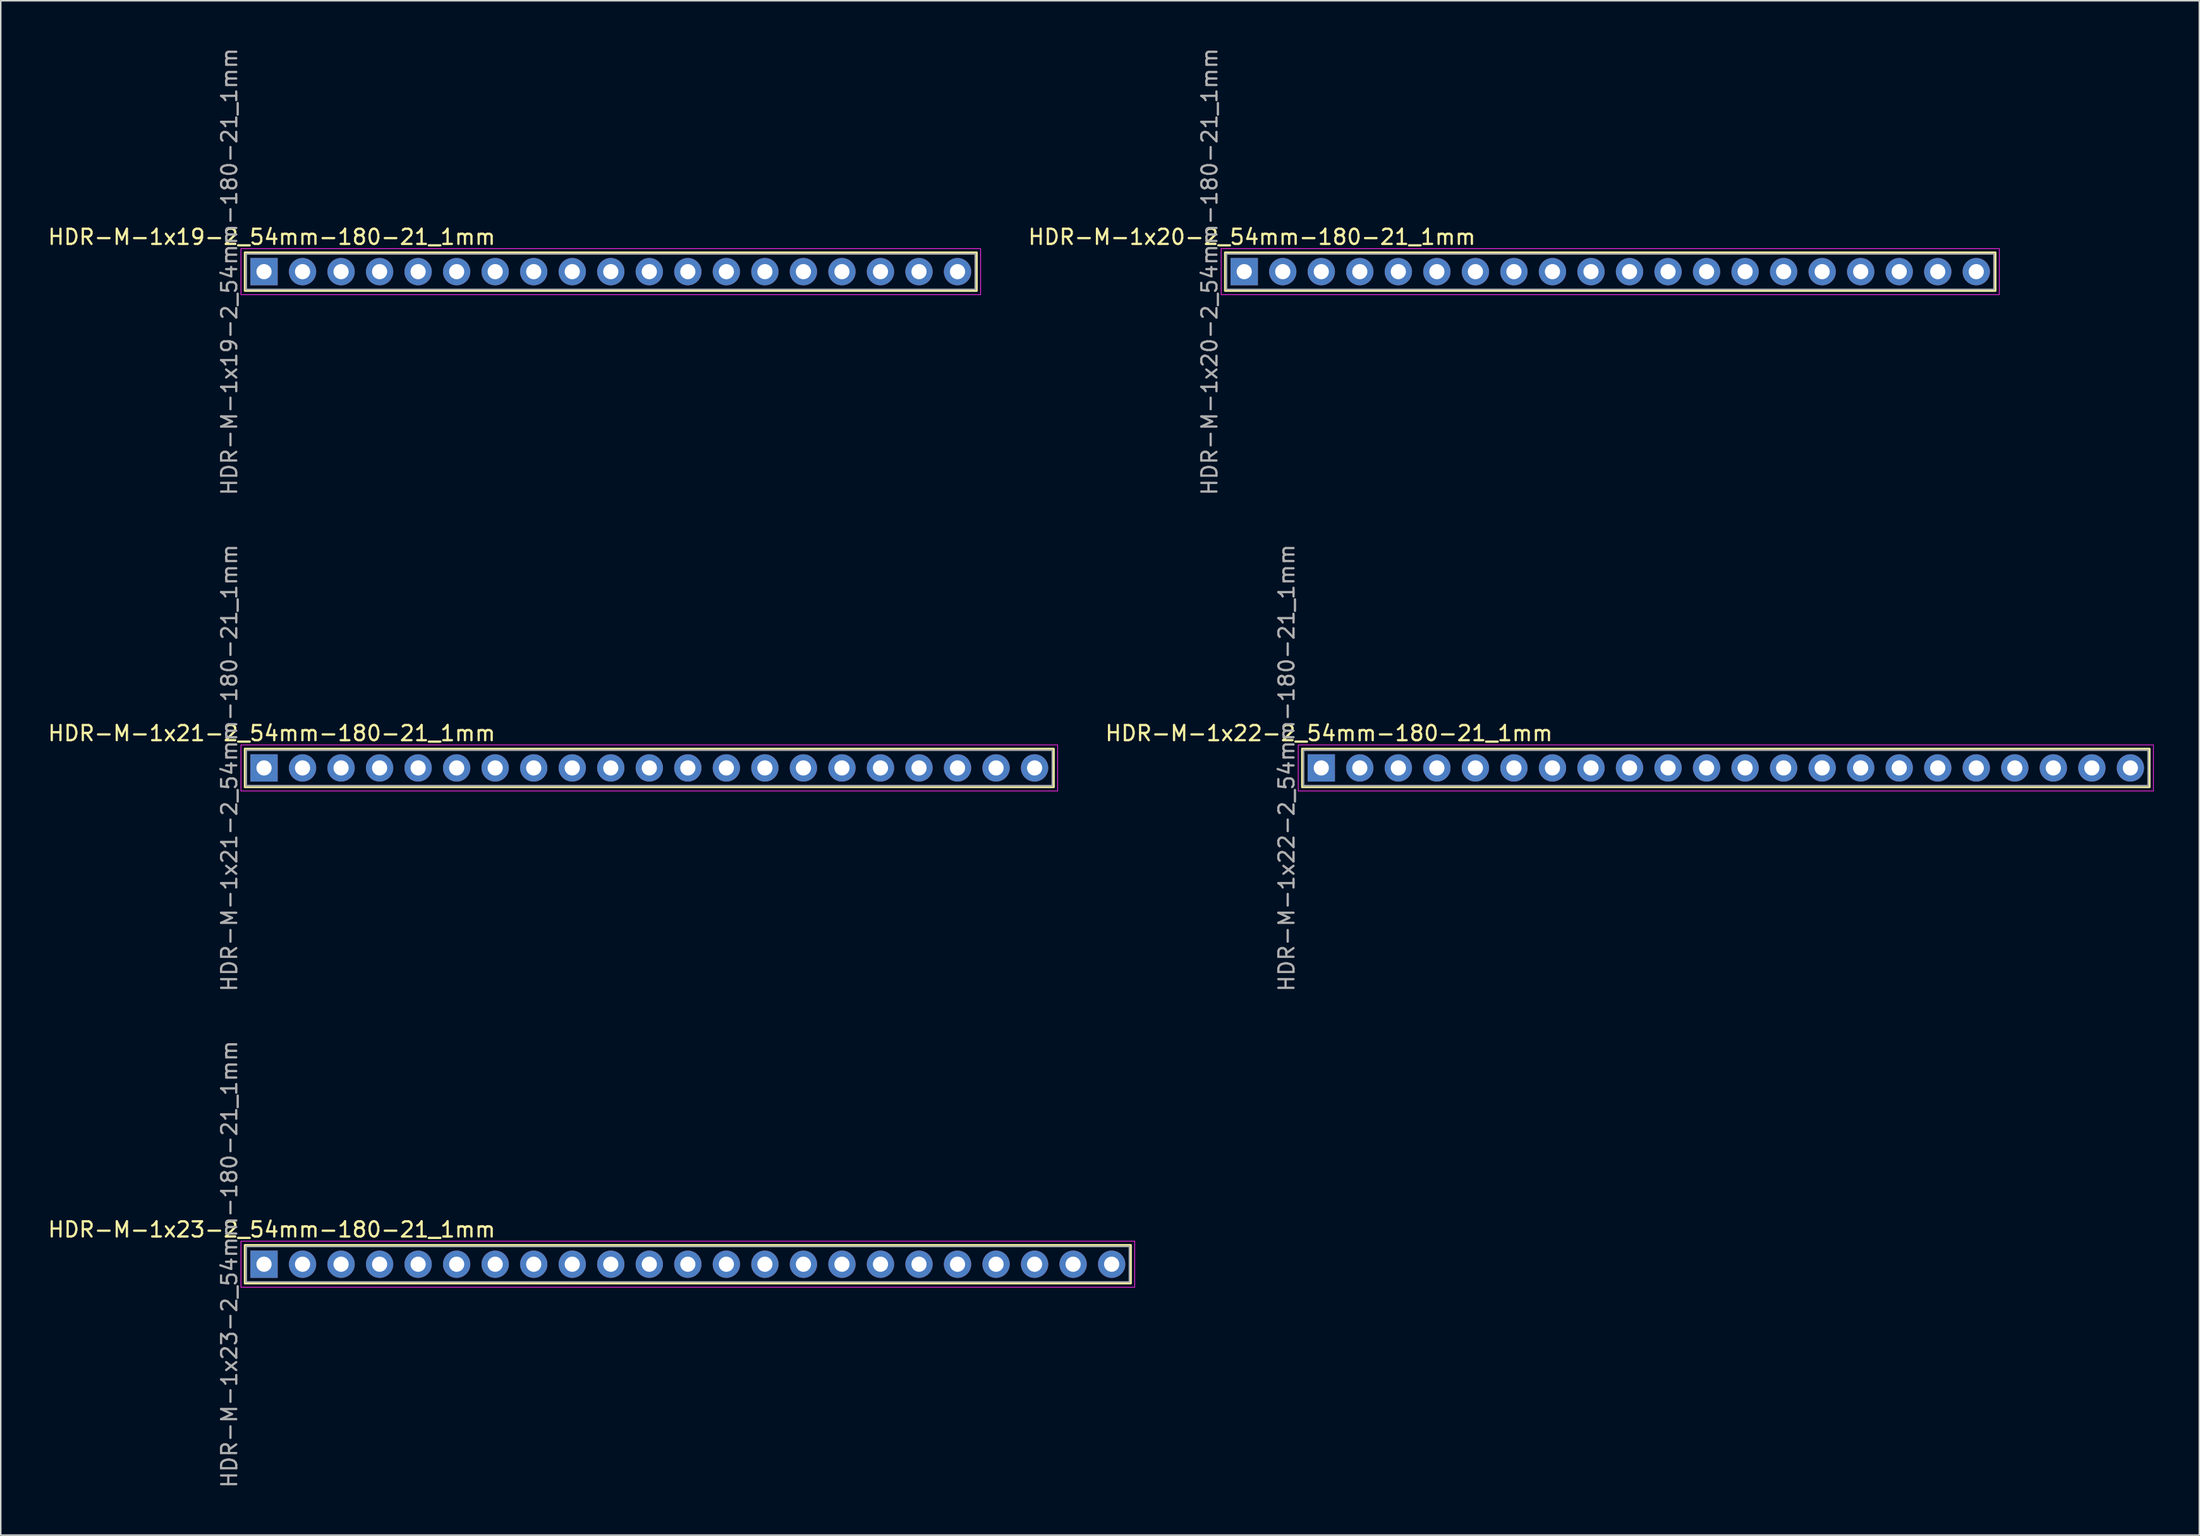
<source format=kicad_pcb>
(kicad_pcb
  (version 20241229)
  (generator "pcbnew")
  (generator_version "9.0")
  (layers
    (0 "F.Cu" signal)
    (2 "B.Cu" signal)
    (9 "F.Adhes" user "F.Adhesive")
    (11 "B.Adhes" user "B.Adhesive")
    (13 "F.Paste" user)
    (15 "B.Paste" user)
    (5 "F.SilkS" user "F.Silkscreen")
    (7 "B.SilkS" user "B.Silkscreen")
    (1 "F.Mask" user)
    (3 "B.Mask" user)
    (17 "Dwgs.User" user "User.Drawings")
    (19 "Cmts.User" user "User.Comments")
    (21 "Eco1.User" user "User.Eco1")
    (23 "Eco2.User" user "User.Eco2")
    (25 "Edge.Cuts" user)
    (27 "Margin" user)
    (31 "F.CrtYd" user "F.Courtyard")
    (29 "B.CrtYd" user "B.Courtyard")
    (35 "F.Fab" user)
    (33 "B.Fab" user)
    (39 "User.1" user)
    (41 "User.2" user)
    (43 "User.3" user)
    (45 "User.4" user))
  (footprint "HDR-M-1x19-2_54mm-180-21_1mm"
    (layer "F.Cu")
    (at 14.355 14.863)
    (property "Reference" "HDR-M-1x19-2_54mm-180-21_1mm" (at 0.508 -2.286 0) (unlocked yes) (layer "F.SilkS") (effects (font (size 1 1) (thickness 0.15))))
    (attr through_hole)
    (fp_rect (start -1.27 -1.27) (end 46.99 1.27) (stroke (width 0.12) (type solid)) (fill no) (layer "F.SilkS"))
    (fp_rect (start -1.52 -1.52) (end 47.24 1.52) (stroke (width 0.05) (type solid)) (fill no) (layer "F.CrtYd"))
    (fp_rect (start -1.17 -1.17) (end 46.89 1.17) (stroke (width 0.1) (type solid)) (fill no) (layer "F.Fab"))
    (fp_text user "${REFERENCE}" (at -2.286 0 90) (unlocked yes) (layer "F.Fab") (effects (font (size 1 1) (thickness 0.15))))
    (pad "1" thru_hole rect (at 0 0) (size 1.8 1.8) (drill 1) (layers "*.Cu" "*.Mask"))
    (pad "2" thru_hole circle (at 2.54 0) (size 1.8 1.8) (drill 1) (layers "*.Cu" "*.Mask"))
    (pad "3" thru_hole circle (at 5.08 0) (size 1.8 1.8) (drill 1) (layers "*.Cu" "*.Mask"))
    (pad "4" thru_hole circle (at 7.62 0) (size 1.8 1.8) (drill 1) (layers "*.Cu" "*.Mask"))
    (pad "5" thru_hole circle (at 10.16 0) (size 1.8 1.8) (drill 1) (layers "*.Cu" "*.Mask"))
    (pad "6" thru_hole circle (at 12.7 0) (size 1.8 1.8) (drill 1) (layers "*.Cu" "*.Mask"))
    (pad "7" thru_hole circle (at 15.24 0) (size 1.8 1.8) (drill 1) (layers "*.Cu" "*.Mask"))
    (pad "8" thru_hole circle (at 17.78 0) (size 1.8 1.8) (drill 1) (layers "*.Cu" "*.Mask"))
    (pad "9" thru_hole circle (at 20.32 0) (size 1.8 1.8) (drill 1) (layers "*.Cu" "*.Mask"))
    (pad "10" thru_hole circle (at 22.86 0) (size 1.8 1.8) (drill 1) (layers "*.Cu" "*.Mask"))
    (pad "11" thru_hole circle (at 25.4 0) (size 1.8 1.8) (drill 1) (layers "*.Cu" "*.Mask"))
    (pad "12" thru_hole circle (at 27.94 0) (size 1.8 1.8) (drill 1) (layers "*.Cu" "*.Mask"))
    (pad "13" thru_hole circle (at 30.48 0) (size 1.8 1.8) (drill 1) (layers "*.Cu" "*.Mask"))
    (pad "14" thru_hole circle (at 33.02 0) (size 1.8 1.8) (drill 1) (layers "*.Cu" "*.Mask"))
    (pad "15" thru_hole circle (at 35.56 0) (size 1.8 1.8) (drill 1) (layers "*.Cu" "*.Mask"))
    (pad "16" thru_hole circle (at 38.1 0) (size 1.8 1.8) (drill 1) (layers "*.Cu" "*.Mask"))
    (pad "17" thru_hole circle (at 40.64 0) (size 1.8 1.8) (drill 1) (layers "*.Cu" "*.Mask"))
    (pad "18" thru_hole circle (at 43.18 0) (size 1.8 1.8) (drill 1) (layers "*.Cu" "*.Mask"))
    (pad "19" thru_hole circle (at 45.72 0) (size 1.8 1.8) (drill 1) (layers "*.Cu" "*.Mask")))
  (footprint "HDR-M-1x22-2_54mm-180-21_1mm"
    (layer "F.Cu")
    (at 84.055 47.589)
    (property "Reference" "HDR-M-1x22-2_54mm-180-21_1mm" (at 0.508 -2.286 0) (unlocked yes) (layer "F.SilkS") (effects (font (size 1 1) (thickness 0.15))))
    (attr through_hole)
    (fp_rect (start -1.27 -1.27) (end 54.61 1.27) (stroke (width 0.12) (type solid)) (fill no) (layer "F.SilkS"))
    (fp_rect (start -1.52 -1.52) (end 54.86 1.52) (stroke (width 0.05) (type solid)) (fill no) (layer "F.CrtYd"))
    (fp_rect (start -1.17 -1.17) (end 54.51 1.17) (stroke (width 0.1) (type solid)) (fill no) (layer "F.Fab"))
    (fp_text user "${REFERENCE}" (at -2.286 0 90) (unlocked yes) (layer "F.Fab") (effects (font (size 1 1) (thickness 0.15))))
    (pad "1" thru_hole rect (at 0 0) (size 1.8 1.8) (drill 1) (layers "*.Cu" "*.Mask"))
    (pad "2" thru_hole circle (at 2.54 0) (size 1.8 1.8) (drill 1) (layers "*.Cu" "*.Mask"))
    (pad "3" thru_hole circle (at 5.08 0) (size 1.8 1.8) (drill 1) (layers "*.Cu" "*.Mask"))
    (pad "4" thru_hole circle (at 7.62 0) (size 1.8 1.8) (drill 1) (layers "*.Cu" "*.Mask"))
    (pad "5" thru_hole circle (at 10.16 0) (size 1.8 1.8) (drill 1) (layers "*.Cu" "*.Mask"))
    (pad "6" thru_hole circle (at 12.7 0) (size 1.8 1.8) (drill 1) (layers "*.Cu" "*.Mask"))
    (pad "7" thru_hole circle (at 15.24 0) (size 1.8 1.8) (drill 1) (layers "*.Cu" "*.Mask"))
    (pad "8" thru_hole circle (at 17.78 0) (size 1.8 1.8) (drill 1) (layers "*.Cu" "*.Mask"))
    (pad "9" thru_hole circle (at 20.32 0) (size 1.8 1.8) (drill 1) (layers "*.Cu" "*.Mask"))
    (pad "10" thru_hole circle (at 22.86 0) (size 1.8 1.8) (drill 1) (layers "*.Cu" "*.Mask"))
    (pad "11" thru_hole circle (at 25.4 0) (size 1.8 1.8) (drill 1) (layers "*.Cu" "*.Mask"))
    (pad "12" thru_hole circle (at 27.94 0) (size 1.8 1.8) (drill 1) (layers "*.Cu" "*.Mask"))
    (pad "13" thru_hole circle (at 30.48 0) (size 1.8 1.8) (drill 1) (layers "*.Cu" "*.Mask"))
    (pad "14" thru_hole circle (at 33.02 0) (size 1.8 1.8) (drill 1) (layers "*.Cu" "*.Mask"))
    (pad "15" thru_hole circle (at 35.56 0) (size 1.8 1.8) (drill 1) (layers "*.Cu" "*.Mask"))
    (pad "16" thru_hole circle (at 38.1 0) (size 1.8 1.8) (drill 1) (layers "*.Cu" "*.Mask"))
    (pad "17" thru_hole circle (at 40.64 0) (size 1.8 1.8) (drill 1) (layers "*.Cu" "*.Mask"))
    (pad "18" thru_hole circle (at 43.18 0) (size 1.8 1.8) (drill 1) (layers "*.Cu" "*.Mask"))
    (pad "19" thru_hole circle (at 45.72 0) (size 1.8 1.8) (drill 1) (layers "*.Cu" "*.Mask"))
    (pad "20" thru_hole circle (at 48.26 0) (size 1.8 1.8) (drill 1) (layers "*.Cu" "*.Mask"))
    (pad "21" thru_hole circle (at 50.8 0) (size 1.8 1.8) (drill 1) (layers "*.Cu" "*.Mask"))
    (pad "22" thru_hole circle (at 53.34 0) (size 1.8 1.8) (drill 1) (layers "*.Cu" "*.Mask")))
  (footprint "HDR-M-1x21-2_54mm-180-21_1mm"
    (layer "F.Cu")
    (at 14.355 47.589)
    (property "Reference" "HDR-M-1x21-2_54mm-180-21_1mm" (at 0.508 -2.286 0) (unlocked yes) (layer "F.SilkS") (effects (font (size 1 1) (thickness 0.15))))
    (attr through_hole)
    (fp_rect (start -1.27 -1.27) (end 52.07 1.27) (stroke (width 0.12) (type solid)) (fill no) (layer "F.SilkS"))
    (fp_rect (start -1.52 -1.52) (end 52.32 1.52) (stroke (width 0.05) (type solid)) (fill no) (layer "F.CrtYd"))
    (fp_rect (start -1.17 -1.17) (end 51.97 1.17) (stroke (width 0.1) (type solid)) (fill no) (layer "F.Fab"))
    (fp_text user "${REFERENCE}" (at -2.286 0 90) (unlocked yes) (layer "F.Fab") (effects (font (size 1 1) (thickness 0.15))))
    (pad "1" thru_hole rect (at 0 0) (size 1.8 1.8) (drill 1) (layers "*.Cu" "*.Mask"))
    (pad "2" thru_hole circle (at 2.54 0) (size 1.8 1.8) (drill 1) (layers "*.Cu" "*.Mask"))
    (pad "3" thru_hole circle (at 5.08 0) (size 1.8 1.8) (drill 1) (layers "*.Cu" "*.Mask"))
    (pad "4" thru_hole circle (at 7.62 0) (size 1.8 1.8) (drill 1) (layers "*.Cu" "*.Mask"))
    (pad "5" thru_hole circle (at 10.16 0) (size 1.8 1.8) (drill 1) (layers "*.Cu" "*.Mask"))
    (pad "6" thru_hole circle (at 12.7 0) (size 1.8 1.8) (drill 1) (layers "*.Cu" "*.Mask"))
    (pad "7" thru_hole circle (at 15.24 0) (size 1.8 1.8) (drill 1) (layers "*.Cu" "*.Mask"))
    (pad "8" thru_hole circle (at 17.78 0) (size 1.8 1.8) (drill 1) (layers "*.Cu" "*.Mask"))
    (pad "9" thru_hole circle (at 20.32 0) (size 1.8 1.8) (drill 1) (layers "*.Cu" "*.Mask"))
    (pad "10" thru_hole circle (at 22.86 0) (size 1.8 1.8) (drill 1) (layers "*.Cu" "*.Mask"))
    (pad "11" thru_hole circle (at 25.4 0) (size 1.8 1.8) (drill 1) (layers "*.Cu" "*.Mask"))
    (pad "12" thru_hole circle (at 27.94 0) (size 1.8 1.8) (drill 1) (layers "*.Cu" "*.Mask"))
    (pad "13" thru_hole circle (at 30.48 0) (size 1.8 1.8) (drill 1) (layers "*.Cu" "*.Mask"))
    (pad "14" thru_hole circle (at 33.02 0) (size 1.8 1.8) (drill 1) (layers "*.Cu" "*.Mask"))
    (pad "15" thru_hole circle (at 35.56 0) (size 1.8 1.8) (drill 1) (layers "*.Cu" "*.Mask"))
    (pad "16" thru_hole circle (at 38.1 0) (size 1.8 1.8) (drill 1) (layers "*.Cu" "*.Mask"))
    (pad "17" thru_hole circle (at 40.64 0) (size 1.8 1.8) (drill 1) (layers "*.Cu" "*.Mask"))
    (pad "18" thru_hole circle (at 43.18 0) (size 1.8 1.8) (drill 1) (layers "*.Cu" "*.Mask"))
    (pad "19" thru_hole circle (at 45.72 0) (size 1.8 1.8) (drill 1) (layers "*.Cu" "*.Mask"))
    (pad "20" thru_hole circle (at 48.26 0) (size 1.8 1.8) (drill 1) (layers "*.Cu" "*.Mask"))
    (pad "21" thru_hole circle (at 50.8 0) (size 1.8 1.8) (drill 1) (layers "*.Cu" "*.Mask")))
  (footprint "HDR-M-1x23-2_54mm-180-21_1mm"
    (layer "F.Cu")
    (at 14.355 80.315)
    (property "Reference" "HDR-M-1x23-2_54mm-180-21_1mm" (at 0.508 -2.286 0) (unlocked yes) (layer "F.SilkS") (effects (font (size 1 1) (thickness 0.15))))
    (attr through_hole)
    (fp_rect (start -1.27 -1.27) (end 57.15 1.27) (stroke (width 0.12) (type solid)) (fill no) (layer "F.SilkS"))
    (fp_rect (start -1.52 -1.52) (end 57.4 1.52) (stroke (width 0.05) (type solid)) (fill no) (layer "F.CrtYd"))
    (fp_rect (start -1.17 -1.17) (end 57.05 1.17) (stroke (width 0.1) (type solid)) (fill no) (layer "F.Fab"))
    (fp_text user "${REFERENCE}" (at -2.286 0 90) (unlocked yes) (layer "F.Fab") (effects (font (size 1 1) (thickness 0.15))))
    (pad "1" thru_hole rect (at 0 0) (size 1.8 1.8) (drill 1) (layers "*.Cu" "*.Mask"))
    (pad "2" thru_hole circle (at 2.54 0) (size 1.8 1.8) (drill 1) (layers "*.Cu" "*.Mask"))
    (pad "3" thru_hole circle (at 5.08 0) (size 1.8 1.8) (drill 1) (layers "*.Cu" "*.Mask"))
    (pad "4" thru_hole circle (at 7.62 0) (size 1.8 1.8) (drill 1) (layers "*.Cu" "*.Mask"))
    (pad "5" thru_hole circle (at 10.16 0) (size 1.8 1.8) (drill 1) (layers "*.Cu" "*.Mask"))
    (pad "6" thru_hole circle (at 12.7 0) (size 1.8 1.8) (drill 1) (layers "*.Cu" "*.Mask"))
    (pad "7" thru_hole circle (at 15.24 0) (size 1.8 1.8) (drill 1) (layers "*.Cu" "*.Mask"))
    (pad "8" thru_hole circle (at 17.78 0) (size 1.8 1.8) (drill 1) (layers "*.Cu" "*.Mask"))
    (pad "9" thru_hole circle (at 20.32 0) (size 1.8 1.8) (drill 1) (layers "*.Cu" "*.Mask"))
    (pad "10" thru_hole circle (at 22.86 0) (size 1.8 1.8) (drill 1) (layers "*.Cu" "*.Mask"))
    (pad "11" thru_hole circle (at 25.4 0) (size 1.8 1.8) (drill 1) (layers "*.Cu" "*.Mask"))
    (pad "12" thru_hole circle (at 27.94 0) (size 1.8 1.8) (drill 1) (layers "*.Cu" "*.Mask"))
    (pad "13" thru_hole circle (at 30.48 0) (size 1.8 1.8) (drill 1) (layers "*.Cu" "*.Mask"))
    (pad "14" thru_hole circle (at 33.02 0) (size 1.8 1.8) (drill 1) (layers "*.Cu" "*.Mask"))
    (pad "15" thru_hole circle (at 35.56 0) (size 1.8 1.8) (drill 1) (layers "*.Cu" "*.Mask"))
    (pad "16" thru_hole circle (at 38.1 0) (size 1.8 1.8) (drill 1) (layers "*.Cu" "*.Mask"))
    (pad "17" thru_hole circle (at 40.64 0) (size 1.8 1.8) (drill 1) (layers "*.Cu" "*.Mask"))
    (pad "18" thru_hole circle (at 43.18 0) (size 1.8 1.8) (drill 1) (layers "*.Cu" "*.Mask"))
    (pad "19" thru_hole circle (at 45.72 0) (size 1.8 1.8) (drill 1) (layers "*.Cu" "*.Mask"))
    (pad "20" thru_hole circle (at 48.26 0) (size 1.8 1.8) (drill 1) (layers "*.Cu" "*.Mask"))
    (pad "21" thru_hole circle (at 50.8 0) (size 1.8 1.8) (drill 1) (layers "*.Cu" "*.Mask"))
    (pad "22" thru_hole circle (at 53.34 0) (size 1.8 1.8) (drill 1) (layers "*.Cu" "*.Mask"))
    (pad "23" thru_hole circle (at 55.88 0) (size 1.8 1.8) (drill 1) (layers "*.Cu" "*.Mask")))
  (footprint "HDR-M-1x20-2_54mm-180-21_1mm"
    (layer "F.Cu")
    (at 78.975 14.863)
    (property "Reference" "HDR-M-1x20-2_54mm-180-21_1mm" (at 0.508 -2.286 0) (unlocked yes) (layer "F.SilkS") (effects (font (size 1 1) (thickness 0.15))))
    (attr through_hole)
    (fp_rect (start -1.27 -1.27) (end 49.53 1.27) (stroke (width 0.12) (type solid)) (fill no) (layer "F.SilkS"))
    (fp_rect (start -1.52 -1.52) (end 49.78 1.52) (stroke (width 0.05) (type solid)) (fill no) (layer "F.CrtYd"))
    (fp_rect (start -1.17 -1.17) (end 49.43 1.17) (stroke (width 0.1) (type solid)) (fill no) (layer "F.Fab"))
    (fp_text user "${REFERENCE}" (at -2.286 0 90) (unlocked yes) (layer "F.Fab") (effects (font (size 1 1) (thickness 0.15))))
    (pad "1" thru_hole rect (at 0 0) (size 1.8 1.8) (drill 1) (layers "*.Cu" "*.Mask"))
    (pad "2" thru_hole circle (at 2.54 0) (size 1.8 1.8) (drill 1) (layers "*.Cu" "*.Mask"))
    (pad "3" thru_hole circle (at 5.08 0) (size 1.8 1.8) (drill 1) (layers "*.Cu" "*.Mask"))
    (pad "4" thru_hole circle (at 7.62 0) (size 1.8 1.8) (drill 1) (layers "*.Cu" "*.Mask"))
    (pad "5" thru_hole circle (at 10.16 0) (size 1.8 1.8) (drill 1) (layers "*.Cu" "*.Mask"))
    (pad "6" thru_hole circle (at 12.7 0) (size 1.8 1.8) (drill 1) (layers "*.Cu" "*.Mask"))
    (pad "7" thru_hole circle (at 15.24 0) (size 1.8 1.8) (drill 1) (layers "*.Cu" "*.Mask"))
    (pad "8" thru_hole circle (at 17.78 0) (size 1.8 1.8) (drill 1) (layers "*.Cu" "*.Mask"))
    (pad "9" thru_hole circle (at 20.32 0) (size 1.8 1.8) (drill 1) (layers "*.Cu" "*.Mask"))
    (pad "10" thru_hole circle (at 22.86 0) (size 1.8 1.8) (drill 1) (layers "*.Cu" "*.Mask"))
    (pad "11" thru_hole circle (at 25.4 0) (size 1.8 1.8) (drill 1) (layers "*.Cu" "*.Mask"))
    (pad "12" thru_hole circle (at 27.94 0) (size 1.8 1.8) (drill 1) (layers "*.Cu" "*.Mask"))
    (pad "13" thru_hole circle (at 30.48 0) (size 1.8 1.8) (drill 1) (layers "*.Cu" "*.Mask"))
    (pad "14" thru_hole circle (at 33.02 0) (size 1.8 1.8) (drill 1) (layers "*.Cu" "*.Mask"))
    (pad "15" thru_hole circle (at 35.56 0) (size 1.8 1.8) (drill 1) (layers "*.Cu" "*.Mask"))
    (pad "16" thru_hole circle (at 38.1 0) (size 1.8 1.8) (drill 1) (layers "*.Cu" "*.Mask"))
    (pad "17" thru_hole circle (at 40.64 0) (size 1.8 1.8) (drill 1) (layers "*.Cu" "*.Mask"))
    (pad "18" thru_hole circle (at 43.18 0) (size 1.8 1.8) (drill 1) (layers "*.Cu" "*.Mask"))
    (pad "19" thru_hole circle (at 45.72 0) (size 1.8 1.8) (drill 1) (layers "*.Cu" "*.Mask"))
    (pad "20" thru_hole circle (at 48.26 0) (size 1.8 1.8) (drill 1) (layers "*.Cu" "*.Mask")))
  (gr_rect
    (start -3 -3)
    (end 141.94 98.179)
    (stroke (width 0.1) (type default))
    (fill no)
    (layer "Edge.Cuts")))
</source>
